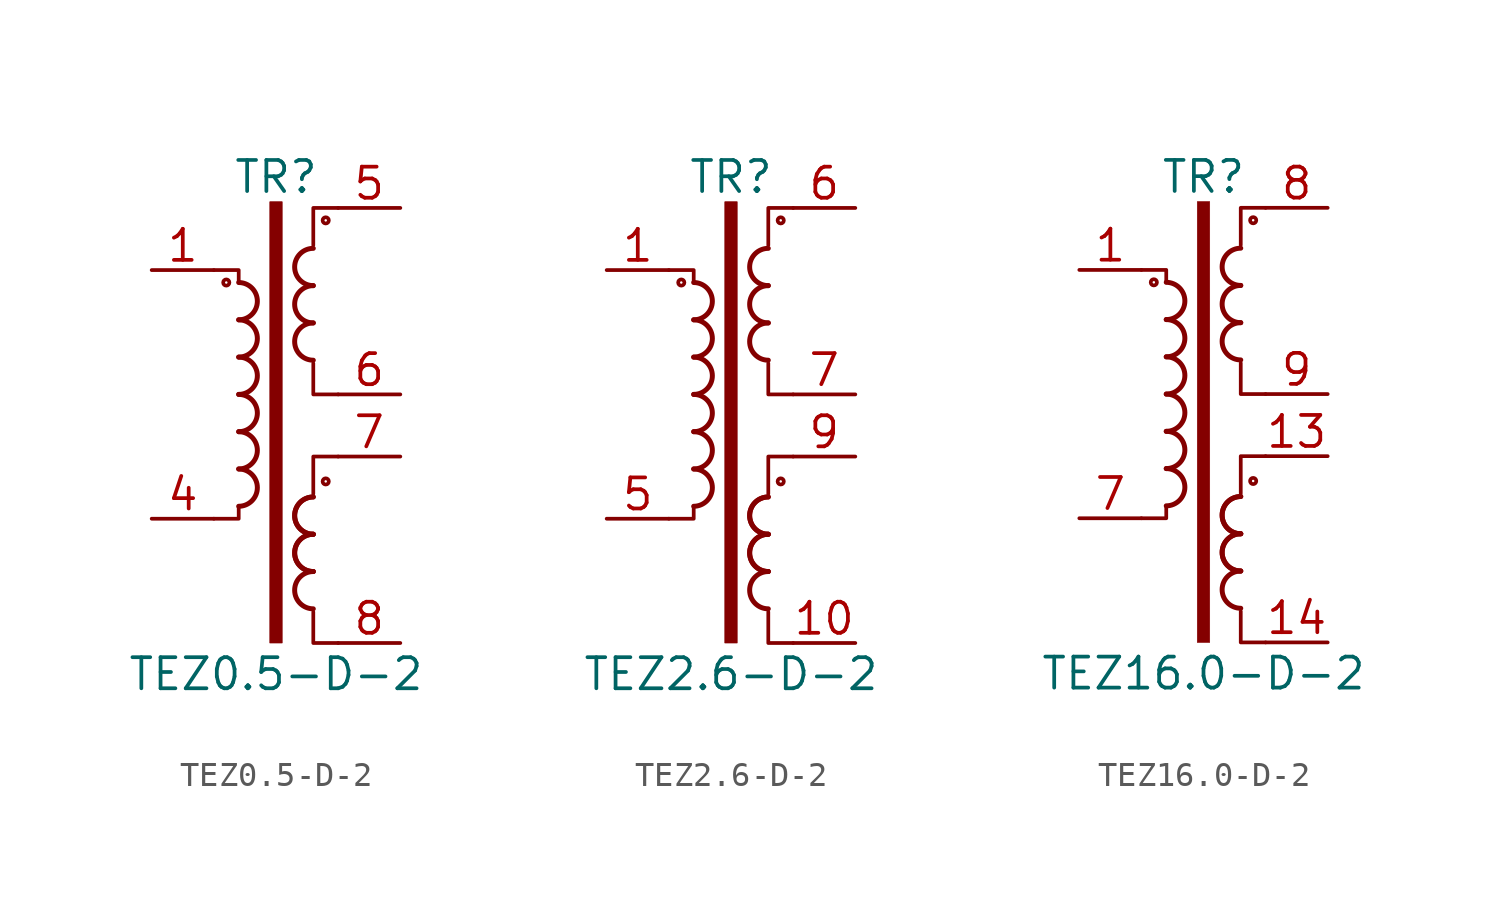
<source format=kicad_sym>
(kicad_symbol_lib
  (version 20220914)
  (generator kicad_symbol_editor)
  (symbol "TEZ0.5-D-2"
    (pin_names
      (offset 0.025))
    (property "Reference" "TR"
      (at 0 8.89 0)
      (effects (font (size 1.27 1.27))))
    (property "Value" "TEZ0.5-D-2"
      (at 0 -11.43 0)
      (effects (font (size 1.27 1.27))))
    (symbol "TEZ0.5-D-2_0_1"
      (circle (center -2.032 4.572) (radius 0.127) (stroke (width 0) (type default)) (fill (type none)))
      (arc (start -1.524 -4.572) (mid -0.7653 -3.81) (end -1.524 -3.048) (stroke (width 0.2032) (type default)) (fill (type none)))
      (arc (start -1.524 -3.048) (mid -0.7653 -2.286) (end -1.524 -1.524) (stroke (width 0.2032) (type default)) (fill (type none)))
      (arc (start -1.524 -1.524) (mid -0.7653 -0.762) (end -1.524 0) (stroke (width 0.2032) (type default)) (fill (type none)))
      (arc (start -1.524 0) (mid -0.7653 0.762) (end -1.524 1.524) (stroke (width 0.2032) (type default)) (fill (type none)))
      (arc (start -1.524 1.524) (mid -0.7653 2.286) (end -1.524 3.048) (stroke (width 0.2032) (type default)) (fill (type none)))
      (arc (start -1.524 3.048) (mid -0.7653 3.81) (end -1.524 4.572) (stroke (width 0.2032) (type default)) (fill (type none)))
      (rectangle (start -0.254 7.874) (end 0.254 -10.16) (stroke (width 0.025) (type default)) (fill (type outline)))
      (polyline (pts (xy -1.524 -4.572) (xy -1.524 -5.08) (xy -2.54 -5.08)) (stroke (width 0) (type default)) (fill (type none)))
      (polyline (pts (xy -1.524 4.572) (xy -1.524 5.08) (xy -2.54 5.08)) (stroke (width 0) (type default)) (fill (type none)))
      (polyline (pts (xy 1.524 -8.89) (xy 1.524 -10.16) (xy 2.54 -10.16)) (stroke (width 0) (type default)) (fill (type none)))
      (polyline (pts (xy 2.54 -2.54) (xy 1.524 -2.54) (xy 1.524 -4.064)) (stroke (width 0) (type default)) (fill (type none)))
      (polyline (pts (xy 2.54 0) (xy 1.524 0) (xy 1.524 1.27)) (stroke (width 0) (type default)) (fill (type none)))
      (polyline (pts (xy 2.54 7.62) (xy 1.524 7.62) (xy 1.524 6.096)) (stroke (width 0) (type default)) (fill (type none)))
      (arc (start 1.524 -7.239) (mid 0.7653 -8.001) (end 1.524 -8.763) (stroke (width 0.2032) (type default)) (fill (type none)))
      (arc (start 1.524 -5.715) (mid 0.7653 -6.477) (end 1.524 -7.239) (stroke (width 0.2032) (type default)) (fill (type none)))
      (arc (start 1.524 -5.715) (mid 0.7653 -6.477) (end 1.524 -7.239) (stroke (width 0.2032) (type default)) (fill (type none)))
      (arc (start 1.524 -4.191) (mid 0.7653 -4.953) (end 1.524 -5.715) (stroke (width 0.2032) (type default)) (fill (type none)))
      (arc (start 1.524 -4.191) (mid 0.7653 -4.953) (end 1.524 -5.715) (stroke (width 0.2032) (type default)) (fill (type none)))
      (arc (start 1.524 2.921) (mid 0.7653 2.159) (end 1.524 1.397) (stroke (width 0.2032) (type default)) (fill (type none)))
      (arc (start 1.524 4.445) (mid 0.7653 3.683) (end 1.524 2.921) (stroke (width 0.2032) (type default)) (fill (type none)))
      (arc (start 1.524 5.969) (mid 0.7653 5.207) (end 1.524 4.445) (stroke (width 0.2032) (type default)) (fill (type none)))
      (circle (center 2.032 -3.556) (radius 0.127) (stroke (width 0) (type default)) (fill (type none)))
      (circle (center 2.032 7.112) (radius 0.127) (stroke (width 0) (type default)) (fill (type none))))
    (symbol "TEZ0.5-D-2_1_1"
      (pin passive line (at -5.08 5.08 0) (length 2.54) (name "~" (effects (font (size 1.27 1.27)))) (number "1" (effects (font (size 1.27 1.27)))))
      (pin passive line (at -5.08 -5.08 0) (length 2.54) (name "~" (effects (font (size 1.27 1.27)))) (number "4" (effects (font (size 1.27 1.27)))))
      (pin passive line (at 5.08 7.62 180) (length 2.54) (name "~" (effects (font (size 1.27 1.27)))) (number "5" (effects (font (size 1.27 1.27)))))
      (pin passive line (at 5.08 0 180) (length 2.54) (name "~" (effects (font (size 1.27 1.27)))) (number "6" (effects (font (size 1.27 1.27)))))
      (pin passive line (at 5.08 -2.54 180) (length 2.54) (name "~" (effects (font (size 1.27 1.27)))) (number "7" (effects (font (size 1.27 1.27)))))
      (pin passive line (at 5.08 -10.16 180) (length 2.54) (name "~" (effects (font (size 1.27 1.27)))) (number "8" (effects (font (size 1.27 1.27)))))))
  (symbol "TEZ2.6-D-2"
    (pin_names
      (offset 0.025))
    (property "Reference" "TR"
      (at 0 8.89 0)
      (effects (font (size 1.27 1.27))))
    (property "Value" "TEZ2.6-D-2"
      (at 0 -11.43 0)
      (effects (font (size 1.27 1.27))))
    (symbol "TEZ2.6-D-2_0_1"
      (circle (center -2.032 4.572) (radius 0.127) (stroke (width 0) (type default)) (fill (type none)))
      (arc (start -1.524 -4.572) (mid -0.7653 -3.81) (end -1.524 -3.048) (stroke (width 0.2032) (type default)) (fill (type none)))
      (arc (start -1.524 -3.048) (mid -0.7653 -2.286) (end -1.524 -1.524) (stroke (width 0.2032) (type default)) (fill (type none)))
      (arc (start -1.524 -1.524) (mid -0.7653 -0.762) (end -1.524 0) (stroke (width 0.2032) (type default)) (fill (type none)))
      (arc (start -1.524 0) (mid -0.7653 0.762) (end -1.524 1.524) (stroke (width 0.2032) (type default)) (fill (type none)))
      (arc (start -1.524 1.524) (mid -0.7653 2.286) (end -1.524 3.048) (stroke (width 0.2032) (type default)) (fill (type none)))
      (arc (start -1.524 3.048) (mid -0.7653 3.81) (end -1.524 4.572) (stroke (width 0.2032) (type default)) (fill (type none)))
      (rectangle (start -0.254 7.874) (end 0.254 -10.16) (stroke (width 0.025) (type default)) (fill (type outline)))
      (polyline (pts (xy -1.524 -4.572) (xy -1.524 -5.08) (xy -2.54 -5.08)) (stroke (width 0) (type default)) (fill (type none)))
      (polyline (pts (xy -1.524 4.572) (xy -1.524 5.08) (xy -2.54 5.08)) (stroke (width 0) (type default)) (fill (type none)))
      (polyline (pts (xy 1.524 -8.89) (xy 1.524 -10.16) (xy 2.54 -10.16)) (stroke (width 0) (type default)) (fill (type none)))
      (polyline (pts (xy 2.54 -2.54) (xy 1.524 -2.54) (xy 1.524 -4.064)) (stroke (width 0) (type default)) (fill (type none)))
      (polyline (pts (xy 2.54 0) (xy 1.524 0) (xy 1.524 1.27)) (stroke (width 0) (type default)) (fill (type none)))
      (polyline (pts (xy 2.54 7.62) (xy 1.524 7.62) (xy 1.524 6.096)) (stroke (width 0) (type default)) (fill (type none)))
      (arc (start 1.524 -7.239) (mid 0.7653 -8.001) (end 1.524 -8.763) (stroke (width 0.2032) (type default)) (fill (type none)))
      (arc (start 1.524 -5.715) (mid 0.7653 -6.477) (end 1.524 -7.239) (stroke (width 0.2032) (type default)) (fill (type none)))
      (arc (start 1.524 -5.715) (mid 0.7653 -6.477) (end 1.524 -7.239) (stroke (width 0.2032) (type default)) (fill (type none)))
      (arc (start 1.524 -4.191) (mid 0.7653 -4.953) (end 1.524 -5.715) (stroke (width 0.2032) (type default)) (fill (type none)))
      (arc (start 1.524 -4.191) (mid 0.7653 -4.953) (end 1.524 -5.715) (stroke (width 0.2032) (type default)) (fill (type none)))
      (arc (start 1.524 2.921) (mid 0.7653 2.159) (end 1.524 1.397) (stroke (width 0.2032) (type default)) (fill (type none)))
      (arc (start 1.524 4.445) (mid 0.7653 3.683) (end 1.524 2.921) (stroke (width 0.2032) (type default)) (fill (type none)))
      (arc (start 1.524 5.969) (mid 0.7653 5.207) (end 1.524 4.445) (stroke (width 0.2032) (type default)) (fill (type none)))
      (circle (center 2.032 -3.556) (radius 0.127) (stroke (width 0) (type default)) (fill (type none)))
      (circle (center 2.032 7.112) (radius 0.127) (stroke (width 0) (type default)) (fill (type none))))
    (symbol "TEZ2.6-D-2_1_1"
      (pin passive line (at -5.08 5.08 0) (length 2.54) (name "~" (effects (font (size 1.27 1.27)))) (number "1" (effects (font (size 1.27 1.27)))))
      (pin passive line (at 5.08 -10.16 180) (length 2.54) (name "~" (effects (font (size 1.27 1.27)))) (number "10" (effects (font (size 1.27 1.27)))))
      (pin passive line (at -5.08 -5.08 0) (length 2.54) (name "~" (effects (font (size 1.27 1.27)))) (number "5" (effects (font (size 1.27 1.27)))))
      (pin passive line (at 5.08 7.62 180) (length 2.54) (name "~" (effects (font (size 1.27 1.27)))) (number "6" (effects (font (size 1.27 1.27)))))
      (pin passive line (at 5.08 0 180) (length 2.54) (name "~" (effects (font (size 1.27 1.27)))) (number "7" (effects (font (size 1.27 1.27)))))
      (pin passive line (at 5.08 -2.54 180) (length 2.54) (name "~" (effects (font (size 1.27 1.27)))) (number "9" (effects (font (size 1.27 1.27)))))))
  (symbol "TEZ16.0-D-2"
    (pin_names
      (offset 0.025))
    (property "Reference" "TR"
      (at 0 8.89 0)
      (effects (font (size 1.27 1.27))))
    (property "Value" "TEZ16.0-D-2"
      (at 0 -11.43 0)
      (effects (font (size 1.27 1.27))))
    (symbol "TEZ16.0-D-2_0_1"
      (circle (center -2.032 4.572) (radius 0.127) (stroke (width 0) (type default)) (fill (type none)))
      (arc (start -1.524 -4.572) (mid -0.7653 -3.81) (end -1.524 -3.048) (stroke (width 0.2032) (type default)) (fill (type none)))
      (arc (start -1.524 -3.048) (mid -0.7653 -2.286) (end -1.524 -1.524) (stroke (width 0.2032) (type default)) (fill (type none)))
      (arc (start -1.524 -1.524) (mid -0.7653 -0.762) (end -1.524 0) (stroke (width 0.2032) (type default)) (fill (type none)))
      (arc (start -1.524 0) (mid -0.7653 0.762) (end -1.524 1.524) (stroke (width 0.2032) (type default)) (fill (type none)))
      (arc (start -1.524 1.524) (mid -0.7653 2.286) (end -1.524 3.048) (stroke (width 0.2032) (type default)) (fill (type none)))
      (arc (start -1.524 3.048) (mid -0.7653 3.81) (end -1.524 4.572) (stroke (width 0.2032) (type default)) (fill (type none)))
      (rectangle (start -0.254 7.874) (end 0.254 -10.16) (stroke (width 0.025) (type default)) (fill (type outline)))
      (polyline (pts (xy -1.524 -4.572) (xy -1.524 -5.08) (xy -2.54 -5.08)) (stroke (width 0) (type default)) (fill (type none)))
      (polyline (pts (xy -1.524 4.572) (xy -1.524 5.08) (xy -2.54 5.08)) (stroke (width 0) (type default)) (fill (type none)))
      (polyline (pts (xy 1.524 -8.89) (xy 1.524 -10.16) (xy 2.54 -10.16)) (stroke (width 0) (type default)) (fill (type none)))
      (polyline (pts (xy 2.54 -2.54) (xy 1.524 -2.54) (xy 1.524 -4.064)) (stroke (width 0) (type default)) (fill (type none)))
      (polyline (pts (xy 2.54 0) (xy 1.524 0) (xy 1.524 1.27)) (stroke (width 0) (type default)) (fill (type none)))
      (polyline (pts (xy 2.54 7.62) (xy 1.524 7.62) (xy 1.524 6.096)) (stroke (width 0) (type default)) (fill (type none)))
      (arc (start 1.524 -7.239) (mid 0.7653 -8.001) (end 1.524 -8.763) (stroke (width 0.2032) (type default)) (fill (type none)))
      (arc (start 1.524 -5.715) (mid 0.7653 -6.477) (end 1.524 -7.239) (stroke (width 0.2032) (type default)) (fill (type none)))
      (arc (start 1.524 -5.715) (mid 0.7653 -6.477) (end 1.524 -7.239) (stroke (width 0.2032) (type default)) (fill (type none)))
      (arc (start 1.524 -4.191) (mid 0.7653 -4.953) (end 1.524 -5.715) (stroke (width 0.2032) (type default)) (fill (type none)))
      (arc (start 1.524 -4.191) (mid 0.7653 -4.953) (end 1.524 -5.715) (stroke (width 0.2032) (type default)) (fill (type none)))
      (arc (start 1.524 2.921) (mid 0.7653 2.159) (end 1.524 1.397) (stroke (width 0.2032) (type default)) (fill (type none)))
      (arc (start 1.524 4.445) (mid 0.7653 3.683) (end 1.524 2.921) (stroke (width 0.2032) (type default)) (fill (type none)))
      (arc (start 1.524 5.969) (mid 0.7653 5.207) (end 1.524 4.445) (stroke (width 0.2032) (type default)) (fill (type none)))
      (circle (center 2.032 -3.556) (radius 0.127) (stroke (width 0) (type default)) (fill (type none)))
      (circle (center 2.032 7.112) (radius 0.127) (stroke (width 0) (type default)) (fill (type none))))
    (symbol "TEZ16.0-D-2_1_1"
      (pin passive line (at -5.08 5.08 0) (length 2.54) (name "~" (effects (font (size 1.27 1.27)))) (number "1" (effects (font (size 1.27 1.27)))))
      (pin passive line (at 5.08 -2.54 180) (length 2.54) (name "~" (effects (font (size 1.27 1.27)))) (number "13" (effects (font (size 1.27 1.27)))))
      (pin passive line (at 5.08 -10.16 180) (length 2.54) (name "~" (effects (font (size 1.27 1.27)))) (number "14" (effects (font (size 1.27 1.27)))))
      (pin passive line (at -5.08 -5.08 0) (length 2.54) (name "~" (effects (font (size 1.27 1.27)))) (number "7" (effects (font (size 1.27 1.27)))))
      (pin passive line (at 5.08 7.62 180) (length 2.54) (name "~" (effects (font (size 1.27 1.27)))) (number "8" (effects (font (size 1.27 1.27)))))
      (pin passive line (at 5.08 0 180) (length 2.54) (name "~" (effects (font (size 1.27 1.27)))) (number "9" (effects (font (size 1.27 1.27))))))))
</source>
